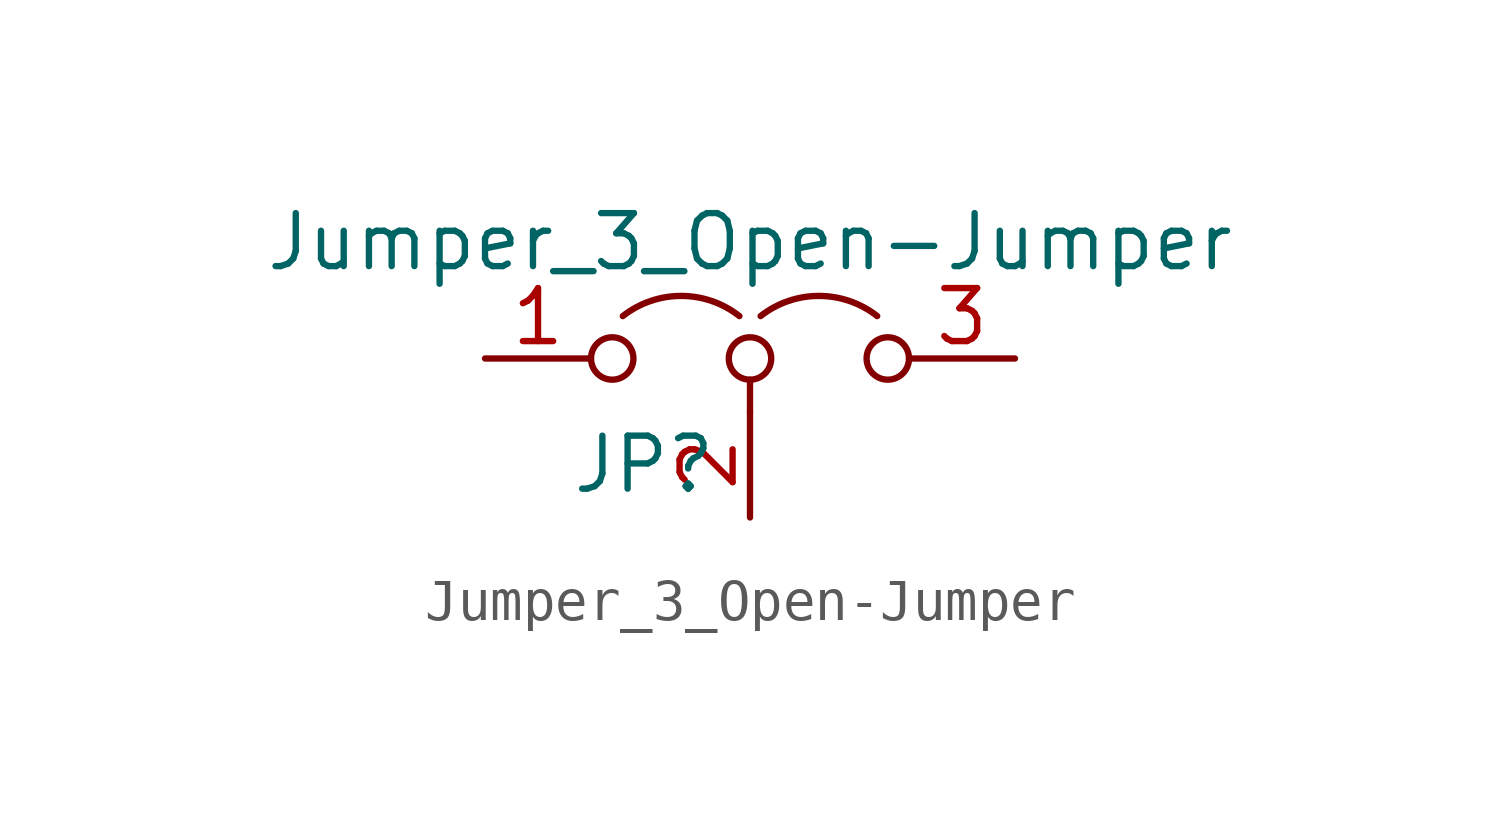
<source format=kicad_sym>
(kicad_symbol_lib
  (version 20211014)
  (generator kicad_symbol_editor)
  (symbol "Jumper_3_Open-Jumper"
    (pin_names
      (offset 0) hide)
    (property "Reference" "JP"
      (at -2.54 -2.54 0)
      (effects (font (size 1.27 1.27))))
    (property "Value" "Jumper_3_Open-Jumper"
      (at 0 2.794 0)
      (effects (font (size 1.27 1.27))))
    (symbol "Jumper_3_Open-Jumper_0_0"
      (circle (center -3.302 0) (radius 0.508) (stroke (width 0) (type default) (color 0 0 0 0)) (fill (type none)))
      (circle (center 0 0) (radius 0.508) (stroke (width 0) (type default) (color 0 0 0 0)) (fill (type none)))
      (circle (center 3.302 0) (radius 0.508) (stroke (width 0) (type default) (color 0 0 0 0)) (fill (type none))))
    (symbol "Jumper_3_Open-Jumper_0_1"
      (arc (start -0.254 1.016) (mid -1.651 1.4992) (end -3.048 1.016) (stroke (width 0) (type default) (color 0 0 0 0)) (fill (type none)))
      (polyline (pts (xy 0 -0.508) (xy 0 -1.27)) (stroke (width 0) (type default) (color 0 0 0 0)) (fill (type none)))
      (arc (start 3.048 1.016) (mid 1.651 1.4992) (end 0.254 1.016) (stroke (width 0) (type default) (color 0 0 0 0)) (fill (type none))))
    (symbol "Jumper_3_Open-Jumper_1_1"
      (pin passive line (at -6.35 0 0) (length 2.54) (name "A" (effects (font (size 1.27 1.27)))) (number "1" (effects (font (size 1.27 1.27)))))
      (pin input line (at 0 -3.81 90) (length 2.54) (name "C" (effects (font (size 1.27 1.27)))) (number "2" (effects (font (size 1.27 1.27)))))
      (pin passive line (at 6.35 0 180) (length 2.54) (name "B" (effects (font (size 1.27 1.27)))) (number "3" (effects (font (size 1.27 1.27))))))))
</source>
